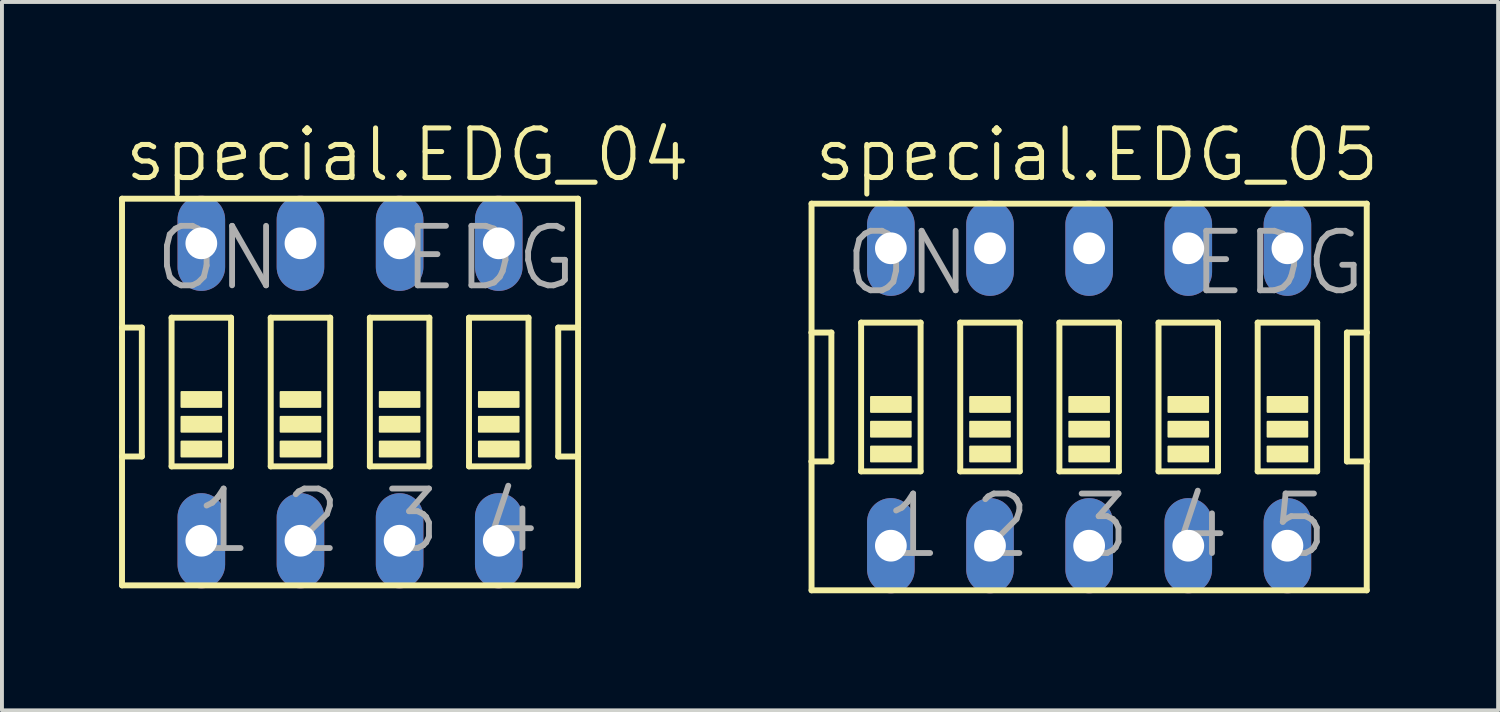
<source format=kicad_pcb>
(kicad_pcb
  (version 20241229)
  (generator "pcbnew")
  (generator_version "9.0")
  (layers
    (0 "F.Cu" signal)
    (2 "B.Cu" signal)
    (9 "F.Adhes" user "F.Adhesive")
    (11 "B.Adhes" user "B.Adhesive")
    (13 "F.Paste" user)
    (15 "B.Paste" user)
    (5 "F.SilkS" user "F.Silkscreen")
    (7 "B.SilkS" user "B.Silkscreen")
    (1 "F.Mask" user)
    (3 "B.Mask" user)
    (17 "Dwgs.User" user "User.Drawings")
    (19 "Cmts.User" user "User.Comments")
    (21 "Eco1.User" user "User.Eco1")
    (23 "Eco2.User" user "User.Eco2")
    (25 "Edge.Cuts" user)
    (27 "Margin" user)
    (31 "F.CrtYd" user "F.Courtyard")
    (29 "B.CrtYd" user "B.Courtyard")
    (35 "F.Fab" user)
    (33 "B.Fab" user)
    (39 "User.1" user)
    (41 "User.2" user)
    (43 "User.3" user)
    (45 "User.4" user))
  (footprint "special.EDG_05"
    (layer "F.Cu")
    (at 24.854 7.121)
    (property "Reference" "special.EDG_05" (at -7.112 -5.461 0) (layer "F.SilkS") (effects (font (size 1.27 1.27) (thickness 0.13)) (justify left bottom)))
    (attr through_hole)
    (fp_line (start -7.112 -4.953) (end -7.112 -1.651) (stroke (width 0.152) (type default)) (layer "F.SilkS"))
    (fp_line (start -7.112 -1.651) (end -7.112 1.651) (stroke (width 0.152) (type default)) (layer "F.SilkS"))
    (fp_line (start -7.112 1.651) (end -7.112 4.953) (stroke (width 0.152) (type default)) (layer "F.SilkS"))
    (fp_line (start -7.112 1.651) (end -6.604 1.651) (stroke (width 0.152) (type default)) (layer "F.SilkS"))
    (fp_line (start -7.112 4.953) (end 7.112 4.953) (stroke (width 0.152) (type default)) (layer "F.SilkS"))
    (fp_line (start -6.604 -1.651) (end -7.112 -1.651) (stroke (width 0.152) (type default)) (layer "F.SilkS"))
    (fp_line (start -6.604 1.651) (end -6.604 -1.651) (stroke (width 0.152) (type default)) (layer "F.SilkS"))
    (fp_line (start -5.842 -1.905) (end -5.842 1.905) (stroke (width 0.152) (type default)) (layer "F.SilkS"))
    (fp_line (start -5.842 -1.905) (end -4.318 -1.905) (stroke (width 0.152) (type default)) (layer "F.SilkS"))
    (fp_line (start -4.318 1.905) (end -5.842 1.905) (stroke (width 0.152) (type default)) (layer "F.SilkS"))
    (fp_line (start -4.318 1.905) (end -4.318 -1.905) (stroke (width 0.152) (type default)) (layer "F.SilkS"))
    (fp_line (start -3.302 -1.905) (end -3.302 1.905) (stroke (width 0.152) (type default)) (layer "F.SilkS"))
    (fp_line (start -3.302 -1.905) (end -1.778 -1.905) (stroke (width 0.152) (type default)) (layer "F.SilkS"))
    (fp_line (start -1.778 1.905) (end -3.302 1.905) (stroke (width 0.152) (type default)) (layer "F.SilkS"))
    (fp_line (start -1.778 1.905) (end -1.778 -1.905) (stroke (width 0.152) (type default)) (layer "F.SilkS"))
    (fp_line (start -0.762 -1.905) (end -0.762 1.905) (stroke (width 0.152) (type default)) (layer "F.SilkS"))
    (fp_line (start -0.762 -1.905) (end 0.762 -1.905) (stroke (width 0.152) (type default)) (layer "F.SilkS"))
    (fp_line (start 0.762 1.905) (end -0.762 1.905) (stroke (width 0.152) (type default)) (layer "F.SilkS"))
    (fp_line (start 0.762 1.905) (end 0.762 -1.905) (stroke (width 0.152) (type default)) (layer "F.SilkS"))
    (fp_line (start 1.778 -1.905) (end 1.778 1.905) (stroke (width 0.152) (type default)) (layer "F.SilkS"))
    (fp_line (start 1.778 -1.905) (end 3.302 -1.905) (stroke (width 0.152) (type default)) (layer "F.SilkS"))
    (fp_line (start 3.302 1.905) (end 1.778 1.905) (stroke (width 0.152) (type default)) (layer "F.SilkS"))
    (fp_line (start 3.302 1.905) (end 3.302 -1.905) (stroke (width 0.152) (type default)) (layer "F.SilkS"))
    (fp_line (start 4.318 -1.905) (end 4.318 1.905) (stroke (width 0.152) (type default)) (layer "F.SilkS"))
    (fp_line (start 4.318 -1.905) (end 5.842 -1.905) (stroke (width 0.152) (type default)) (layer "F.SilkS"))
    (fp_line (start 5.842 1.905) (end 4.318 1.905) (stroke (width 0.152) (type default)) (layer "F.SilkS"))
    (fp_line (start 5.842 1.905) (end 5.842 -1.905) (stroke (width 0.152) (type default)) (layer "F.SilkS"))
    (fp_line (start 6.604 -1.651) (end 6.604 1.651) (stroke (width 0.152) (type default)) (layer "F.SilkS"))
    (fp_line (start 6.604 1.651) (end 7.112 1.651) (stroke (width 0.152) (type default)) (layer "F.SilkS"))
    (fp_line (start 7.112 -4.953) (end -7.112 -4.953) (stroke (width 0.152) (type default)) (layer "F.SilkS"))
    (fp_line (start 7.112 -1.651) (end 6.604 -1.651) (stroke (width 0.152) (type default)) (layer "F.SilkS"))
    (fp_line (start 7.112 -1.651) (end 7.112 -4.953) (stroke (width 0.152) (type default)) (layer "F.SilkS"))
    (fp_line (start 7.112 1.651) (end 7.112 -1.651) (stroke (width 0.152) (type default)) (layer "F.SilkS"))
    (fp_line (start 7.112 4.953) (end 7.112 1.651) (stroke (width 0.152) (type default)) (layer "F.SilkS"))
    (fp_rect (start -5.588 0.381) (end -4.572 0) (stroke (width 0.05) (type default)) (fill yes) (layer "F.SilkS"))
    (fp_rect (start -5.588 1.016) (end -4.572 0.635) (stroke (width 0.05) (type default)) (fill yes) (layer "F.SilkS"))
    (fp_rect (start -5.588 1.651) (end -4.572 1.27) (stroke (width 0.05) (type default)) (fill yes) (layer "F.SilkS"))
    (fp_rect (start -3.048 0.381) (end -2.032 0) (stroke (width 0.05) (type default)) (fill yes) (layer "F.SilkS"))
    (fp_rect (start -3.048 1.016) (end -2.032 0.635) (stroke (width 0.05) (type default)) (fill yes) (layer "F.SilkS"))
    (fp_rect (start -3.048 1.651) (end -2.032 1.27) (stroke (width 0.05) (type default)) (fill yes) (layer "F.SilkS"))
    (fp_rect (start -0.508 0.381) (end 0.508 0) (stroke (width 0.05) (type default)) (fill yes) (layer "F.SilkS"))
    (fp_rect (start -0.508 1.016) (end 0.508 0.635) (stroke (width 0.05) (type default)) (fill yes) (layer "F.SilkS"))
    (fp_rect (start -0.508 1.651) (end 0.508 1.27) (stroke (width 0.05) (type default)) (fill yes) (layer "F.SilkS"))
    (fp_rect (start 2.032 0.381) (end 3.048 0) (stroke (width 0.05) (type default)) (fill yes) (layer "F.SilkS"))
    (fp_rect (start 2.032 1.016) (end 3.048 0.635) (stroke (width 0.05) (type default)) (fill yes) (layer "F.SilkS"))
    (fp_rect (start 2.032 1.651) (end 3.048 1.27) (stroke (width 0.05) (type default)) (fill yes) (layer "F.SilkS"))
    (fp_rect (start 4.572 0.381) (end 5.588 0) (stroke (width 0.05) (type default)) (fill yes) (layer "F.SilkS"))
    (fp_rect (start 4.572 1.016) (end 5.588 0.635) (stroke (width 0.05) (type default)) (fill yes) (layer "F.SilkS"))
    (fp_rect (start 4.572 1.651) (end 5.588 1.27) (stroke (width 0.05) (type default)) (fill yes) (layer "F.SilkS"))
    (fp_text user "ON" (at -6.35 -2.54 0) (layer "F.Fab") (effects (font (size 1.524 1.524) (thickness 0.15)) (justify left bottom)))
    (fp_text user "1" (at -5.334 4.191 0) (layer "F.Fab") (effects (font (size 1.524 1.524) (thickness 0.15)) (justify left bottom)))
    (fp_text user "EDG" (at 2.54 -2.54 0) (layer "F.Fab") (effects (font (size 1.524 1.524) (thickness 0.15)) (justify left bottom)))
    (fp_text user "3" (at -0.508 4.191 0) (layer "F.Fab") (effects (font (size 1.524 1.524) (thickness 0.15)) (justify left bottom)))
    (fp_text user "5" (at 4.572 4.191 0) (layer "F.Fab") (effects (font (size 1.524 1.524) (thickness 0.15)) (justify left bottom)))
    (fp_text user "4" (at 2.032 4.191 0) (layer "F.Fab") (effects (font (size 1.524 1.524) (thickness 0.15)) (justify left bottom)))
    (fp_text user "2" (at -3.048 4.191 0) (layer "F.Fab") (effects (font (size 1.524 1.524) (thickness 0.15)) (justify left bottom)))
    (pad "1" thru_hole oval (at -5.08 3.81 90) (size 2.438 1.219) (drill 0.813) (layers "*.Cu" "*.Mask"))
    (pad "2" thru_hole oval (at -2.54 3.81 90) (size 2.438 1.219) (drill 0.813) (layers "*.Cu" "*.Mask"))
    (pad "3" thru_hole oval (at 0 3.81 90) (size 2.438 1.219) (drill 0.813) (layers "*.Cu" "*.Mask"))
    (pad "4" thru_hole oval (at 2.54 3.81 90) (size 2.438 1.219) (drill 0.813) (layers "*.Cu" "*.Mask"))
    (pad "5" thru_hole oval (at 5.08 3.81 90) (size 2.438 1.219) (drill 0.813) (layers "*.Cu" "*.Mask"))
    (pad "6" thru_hole oval (at 5.08 -3.81 90) (size 2.438 1.219) (drill 0.813) (layers "*.Cu" "*.Mask"))
    (pad "7" thru_hole oval (at 2.54 -3.81 90) (size 2.438 1.219) (drill 0.813) (layers "*.Cu" "*.Mask"))
    (pad "8" thru_hole oval (at 0 -3.81 90) (size 2.438 1.219) (drill 0.813) (layers "*.Cu" "*.Mask"))
    (pad "9" thru_hole oval (at -2.54 -3.81 90) (size 2.438 1.219) (drill 0.813) (layers "*.Cu" "*.Mask"))
    (pad "10" thru_hole oval (at -5.08 -3.81 90) (size 2.438 1.219) (drill 0.813) (layers "*.Cu" "*.Mask")))
  (footprint "special.EDG_04"
    (layer "F.Cu")
    (at 5.918 6.994)
    (property "Reference" "special.EDG_04" (at -5.842 -5.334 0) (layer "F.SilkS") (effects (font (size 1.27 1.27) (thickness 0.13)) (justify left bottom)))
    (attr through_hole)
    (fp_line (start -5.842 -4.953) (end -5.842 -1.651) (stroke (width 0.152) (type default)) (layer "F.SilkS"))
    (fp_line (start -5.842 -1.651) (end -5.842 1.651) (stroke (width 0.152) (type default)) (layer "F.SilkS"))
    (fp_line (start -5.842 1.651) (end -5.842 4.953) (stroke (width 0.152) (type default)) (layer "F.SilkS"))
    (fp_line (start -5.842 1.651) (end -5.334 1.651) (stroke (width 0.152) (type default)) (layer "F.SilkS"))
    (fp_line (start -5.842 4.953) (end 5.842 4.953) (stroke (width 0.152) (type default)) (layer "F.SilkS"))
    (fp_line (start -5.334 -1.651) (end -5.842 -1.651) (stroke (width 0.152) (type default)) (layer "F.SilkS"))
    (fp_line (start -5.334 1.651) (end -5.334 -1.651) (stroke (width 0.152) (type default)) (layer "F.SilkS"))
    (fp_line (start -4.572 -1.905) (end -4.572 1.905) (stroke (width 0.152) (type default)) (layer "F.SilkS"))
    (fp_line (start -4.572 -1.905) (end -3.048 -1.905) (stroke (width 0.152) (type default)) (layer "F.SilkS"))
    (fp_line (start -3.048 1.905) (end -4.572 1.905) (stroke (width 0.152) (type default)) (layer "F.SilkS"))
    (fp_line (start -3.048 1.905) (end -3.048 -1.905) (stroke (width 0.152) (type default)) (layer "F.SilkS"))
    (fp_line (start -2.032 -1.905) (end -2.032 1.905) (stroke (width 0.152) (type default)) (layer "F.SilkS"))
    (fp_line (start -2.032 -1.905) (end -0.508 -1.905) (stroke (width 0.152) (type default)) (layer "F.SilkS"))
    (fp_line (start -0.508 1.905) (end -2.032 1.905) (stroke (width 0.152) (type default)) (layer "F.SilkS"))
    (fp_line (start -0.508 1.905) (end -0.508 -1.905) (stroke (width 0.152) (type default)) (layer "F.SilkS"))
    (fp_line (start 0.508 -1.905) (end 0.508 1.905) (stroke (width 0.152) (type default)) (layer "F.SilkS"))
    (fp_line (start 0.508 -1.905) (end 2.032 -1.905) (stroke (width 0.152) (type default)) (layer "F.SilkS"))
    (fp_line (start 2.032 1.905) (end 0.508 1.905) (stroke (width 0.152) (type default)) (layer "F.SilkS"))
    (fp_line (start 2.032 1.905) (end 2.032 -1.905) (stroke (width 0.152) (type default)) (layer "F.SilkS"))
    (fp_line (start 3.048 -1.905) (end 3.048 1.905) (stroke (width 0.152) (type default)) (layer "F.SilkS"))
    (fp_line (start 3.048 -1.905) (end 4.572 -1.905) (stroke (width 0.152) (type default)) (layer "F.SilkS"))
    (fp_line (start 4.572 1.905) (end 3.048 1.905) (stroke (width 0.152) (type default)) (layer "F.SilkS"))
    (fp_line (start 4.572 1.905) (end 4.572 -1.905) (stroke (width 0.152) (type default)) (layer "F.SilkS"))
    (fp_line (start 5.334 -1.651) (end 5.334 1.651) (stroke (width 0.152) (type default)) (layer "F.SilkS"))
    (fp_line (start 5.334 1.651) (end 5.842 1.651) (stroke (width 0.152) (type default)) (layer "F.SilkS"))
    (fp_line (start 5.842 -4.953) (end -5.842 -4.953) (stroke (width 0.152) (type default)) (layer "F.SilkS"))
    (fp_line (start 5.842 -1.651) (end 5.334 -1.651) (stroke (width 0.152) (type default)) (layer "F.SilkS"))
    (fp_line (start 5.842 -1.651) (end 5.842 -4.953) (stroke (width 0.152) (type default)) (layer "F.SilkS"))
    (fp_line (start 5.842 1.651) (end 5.842 -1.651) (stroke (width 0.152) (type default)) (layer "F.SilkS"))
    (fp_line (start 5.842 4.953) (end 5.842 1.651) (stroke (width 0.152) (type default)) (layer "F.SilkS"))
    (fp_rect (start -4.318 0.381) (end -3.302 0) (stroke (width 0.05) (type default)) (fill yes) (layer "F.SilkS"))
    (fp_rect (start -4.318 1.016) (end -3.302 0.635) (stroke (width 0.05) (type default)) (fill yes) (layer "F.SilkS"))
    (fp_rect (start -4.318 1.651) (end -3.302 1.27) (stroke (width 0.05) (type default)) (fill yes) (layer "F.SilkS"))
    (fp_rect (start -1.778 0.381) (end -0.762 0) (stroke (width 0.05) (type default)) (fill yes) (layer "F.SilkS"))
    (fp_rect (start -1.778 1.016) (end -0.762 0.635) (stroke (width 0.05) (type default)) (fill yes) (layer "F.SilkS"))
    (fp_rect (start -1.778 1.651) (end -0.762 1.27) (stroke (width 0.05) (type default)) (fill yes) (layer "F.SilkS"))
    (fp_rect (start 0.762 0.381) (end 1.778 0) (stroke (width 0.05) (type default)) (fill yes) (layer "F.SilkS"))
    (fp_rect (start 0.762 1.016) (end 1.778 0.635) (stroke (width 0.05) (type default)) (fill yes) (layer "F.SilkS"))
    (fp_rect (start 0.762 1.651) (end 1.778 1.27) (stroke (width 0.05) (type default)) (fill yes) (layer "F.SilkS"))
    (fp_rect (start 3.302 0.381) (end 4.318 0) (stroke (width 0.05) (type default)) (fill yes) (layer "F.SilkS"))
    (fp_rect (start 3.302 1.016) (end 4.318 0.635) (stroke (width 0.05) (type default)) (fill yes) (layer "F.SilkS"))
    (fp_rect (start 3.302 1.651) (end 4.318 1.27) (stroke (width 0.05) (type default)) (fill yes) (layer "F.SilkS"))
    (fp_text user "3" (at 0.762 4.191 0) (layer "F.Fab") (effects (font (size 1.524 1.524) (thickness 0.15)) (justify left bottom)))
    (fp_text user "ON" (at -5.08 -2.54 0) (layer "F.Fab") (effects (font (size 1.524 1.524) (thickness 0.15)) (justify left bottom)))
    (fp_text user "EDG" (at 1.27 -2.54 0) (layer "F.Fab") (effects (font (size 1.524 1.524) (thickness 0.15)) (justify left bottom)))
    (fp_text user "2" (at -1.778 4.191 0) (layer "F.Fab") (effects (font (size 1.524 1.524) (thickness 0.15)) (justify left bottom)))
    (fp_text user "1" (at -4.064 4.191 0) (layer "F.Fab") (effects (font (size 1.524 1.524) (thickness 0.15)) (justify left bottom)))
    (fp_text user "4" (at 3.302 4.191 0) (layer "F.Fab") (effects (font (size 1.524 1.524) (thickness 0.15)) (justify left bottom)))
    (pad "1" thru_hole oval (at -3.81 3.81 90) (size 2.438 1.219) (drill 0.813) (layers "*.Cu" "*.Mask"))
    (pad "2" thru_hole oval (at -1.27 3.81 90) (size 2.438 1.219) (drill 0.813) (layers "*.Cu" "*.Mask"))
    (pad "3" thru_hole oval (at 1.27 3.81 90) (size 2.438 1.219) (drill 0.813) (layers "*.Cu" "*.Mask"))
    (pad "4" thru_hole oval (at 3.81 3.81 90) (size 2.438 1.219) (drill 0.813) (layers "*.Cu" "*.Mask"))
    (pad "5" thru_hole oval (at 3.81 -3.81 90) (size 2.438 1.219) (drill 0.813) (layers "*.Cu" "*.Mask"))
    (pad "6" thru_hole oval (at 1.27 -3.81 90) (size 2.438 1.219) (drill 0.813) (layers "*.Cu" "*.Mask"))
    (pad "7" thru_hole oval (at -1.27 -3.81 90) (size 2.438 1.219) (drill 0.813) (layers "*.Cu" "*.Mask"))
    (pad "8" thru_hole oval (at -3.81 -3.81 90) (size 2.438 1.219) (drill 0.813) (layers "*.Cu" "*.Mask")))
  (gr_rect
    (start -3 -3)
    (end 35.332 15.15)
    (stroke (width 0.1) (type default))
    (fill no)
    (layer "Edge.Cuts")))
</source>
